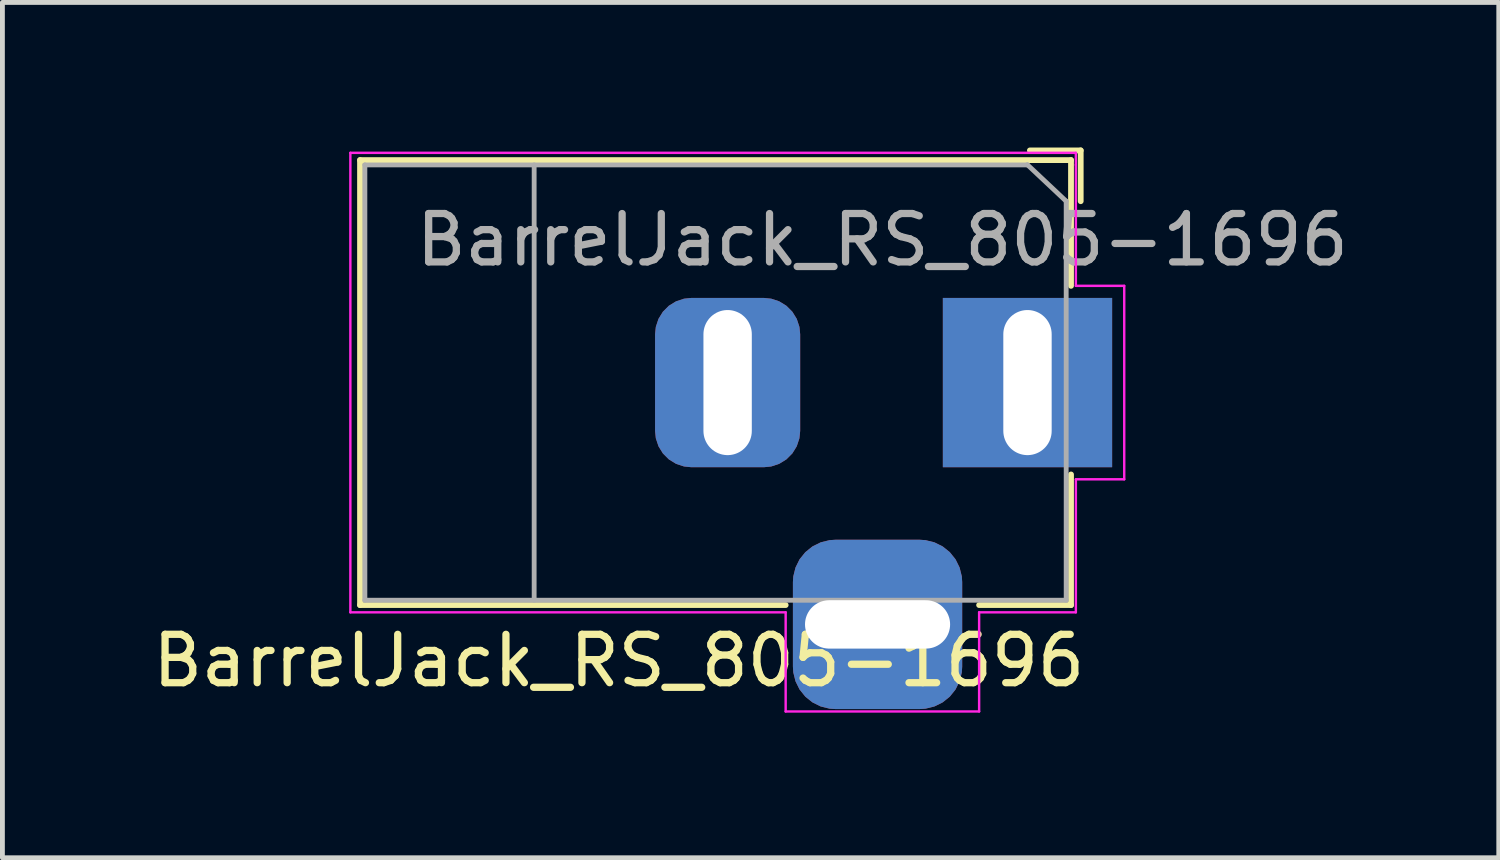
<source format=kicad_pcb>
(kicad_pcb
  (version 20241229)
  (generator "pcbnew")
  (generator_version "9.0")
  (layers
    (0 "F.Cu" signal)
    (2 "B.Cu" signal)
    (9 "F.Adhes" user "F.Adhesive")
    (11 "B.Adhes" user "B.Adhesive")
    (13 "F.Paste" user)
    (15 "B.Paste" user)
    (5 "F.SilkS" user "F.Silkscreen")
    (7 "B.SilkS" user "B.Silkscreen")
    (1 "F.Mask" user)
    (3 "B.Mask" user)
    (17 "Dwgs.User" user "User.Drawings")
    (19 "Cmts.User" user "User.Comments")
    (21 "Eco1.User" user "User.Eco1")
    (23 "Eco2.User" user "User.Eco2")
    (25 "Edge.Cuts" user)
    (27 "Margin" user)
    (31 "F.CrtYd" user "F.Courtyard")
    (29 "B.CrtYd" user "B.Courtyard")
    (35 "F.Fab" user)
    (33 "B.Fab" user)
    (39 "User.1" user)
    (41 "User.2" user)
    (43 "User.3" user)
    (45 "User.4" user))
  (footprint "BarrelJack_RS_805-1696"
    (layer "F.Cu")
    (at 18.194 4.86)
    (property "Reference" "BarrelJack_RS_805-1696" (at -8.45 5.75 0) (layer "F.SilkS") (effects (font (size 1 1) (thickness 0.15))))
    (attr through_hole)
    (fp_line (start -13.8 -4.6) (end 0.9 -4.6) (stroke (width 0.12) (type solid)) (layer "F.SilkS"))
    (fp_line (start -13.8 4.6) (end -13.8 -4.6) (stroke (width 0.12) (type solid)) (layer "F.SilkS"))
    (fp_line (start -5 4.6) (end -13.8 4.6) (stroke (width 0.12) (type solid)) (layer "F.SilkS"))
    (fp_line (start 0.05 -4.8) (end 1.1 -4.8) (stroke (width 0.12) (type solid)) (layer "F.SilkS"))
    (fp_line (start 0.9 -4.6) (end 0.9 -2) (stroke (width 0.12) (type solid)) (layer "F.SilkS"))
    (fp_line (start 0.9 1.9) (end 0.9 4.6) (stroke (width 0.12) (type solid)) (layer "F.SilkS"))
    (fp_line (start 0.9 4.6) (end -1 4.6) (stroke (width 0.12) (type solid)) (layer "F.SilkS"))
    (fp_line (start 1.1 -3.75) (end 1.1 -4.8) (stroke (width 0.12) (type solid)) (layer "F.SilkS"))
    (fp_line (start -14 4.75) (end -14 -4.75) (stroke (width 0.05) (type solid)) (layer "F.CrtYd"))
    (fp_line (start -5 4.75) (end -14 4.75) (stroke (width 0.05) (type solid)) (layer "F.CrtYd"))
    (fp_line (start -5 6.8) (end -5 4.75) (stroke (width 0.05) (type solid)) (layer "F.CrtYd"))
    (fp_line (start -1 4.75) (end -1 6.8) (stroke (width 0.05) (type solid)) (layer "F.CrtYd"))
    (fp_line (start -1 6.8) (end -5 6.8) (stroke (width 0.05) (type solid)) (layer "F.CrtYd"))
    (fp_line (start 1 -4.75) (end -14 -4.75) (stroke (width 0.05) (type solid)) (layer "F.CrtYd"))
    (fp_line (start 1 -4.5) (end 1 -4.75) (stroke (width 0.05) (type solid)) (layer "F.CrtYd"))
    (fp_line (start 1 -4.5) (end 1 -2) (stroke (width 0.05) (type solid)) (layer "F.CrtYd"))
    (fp_line (start 1 -2) (end 2 -2) (stroke (width 0.05) (type solid)) (layer "F.CrtYd"))
    (fp_line (start 1 2) (end 1 4.75) (stroke (width 0.05) (type solid)) (layer "F.CrtYd"))
    (fp_line (start 1 4.75) (end -1 4.75) (stroke (width 0.05) (type solid)) (layer "F.CrtYd"))
    (fp_line (start 2 -2) (end 2 2) (stroke (width 0.05) (type solid)) (layer "F.CrtYd"))
    (fp_line (start 2 2) (end 1 2) (stroke (width 0.05) (type solid)) (layer "F.CrtYd"))
    (fp_line (start -13.7 -4.5) (end -13.7 4.5) (stroke (width 0.1) (type solid)) (layer "F.Fab"))
    (fp_line (start -13.7 4.5) (end 0.8 4.5) (stroke (width 0.1) (type solid)) (layer "F.Fab"))
    (fp_line (start -10.2 -4.5) (end -10.2 4.5) (stroke (width 0.1) (type solid)) (layer "F.Fab"))
    (fp_line (start -0.003 -4.505) (end 0.8 -3.75) (stroke (width 0.1) (type solid)) (layer "F.Fab"))
    (fp_line (start 0 -4.5) (end -13.7 -4.5) (stroke (width 0.1) (type solid)) (layer "F.Fab"))
    (fp_line (start 0.8 4.5) (end 0.8 -3.75) (stroke (width 0.1) (type solid)) (layer "F.Fab"))
    (fp_text user "${REFERENCE}" (at -3 -2.95 0) (layer "F.Fab") (effects (font (size 1 1) (thickness 0.15))))
    (pad "1" thru_hole rect (at 0 0) (size 3.5 3.5) (drill oval 1 3) (layers "*.Cu" "*.Mask"))
    (pad "2" thru_hole roundrect (at -6.2 0) (size 3 3.5) (drill oval 1 3) (layers "*.Cu" "*.Mask") (roundrect_rratio 0.25))
    (pad "3" thru_hole roundrect (at -3.1 5) (size 3.5 3.5) (drill oval 3 1) (layers "*.Cu" "*.Mask") (roundrect_rratio 0.25)))
  (gr_rect
    (start -3 -3)
    (end 27.938 14.685)
    (stroke (width 0.1) (type default))
    (fill no)
    (layer "Edge.Cuts")))
</source>
